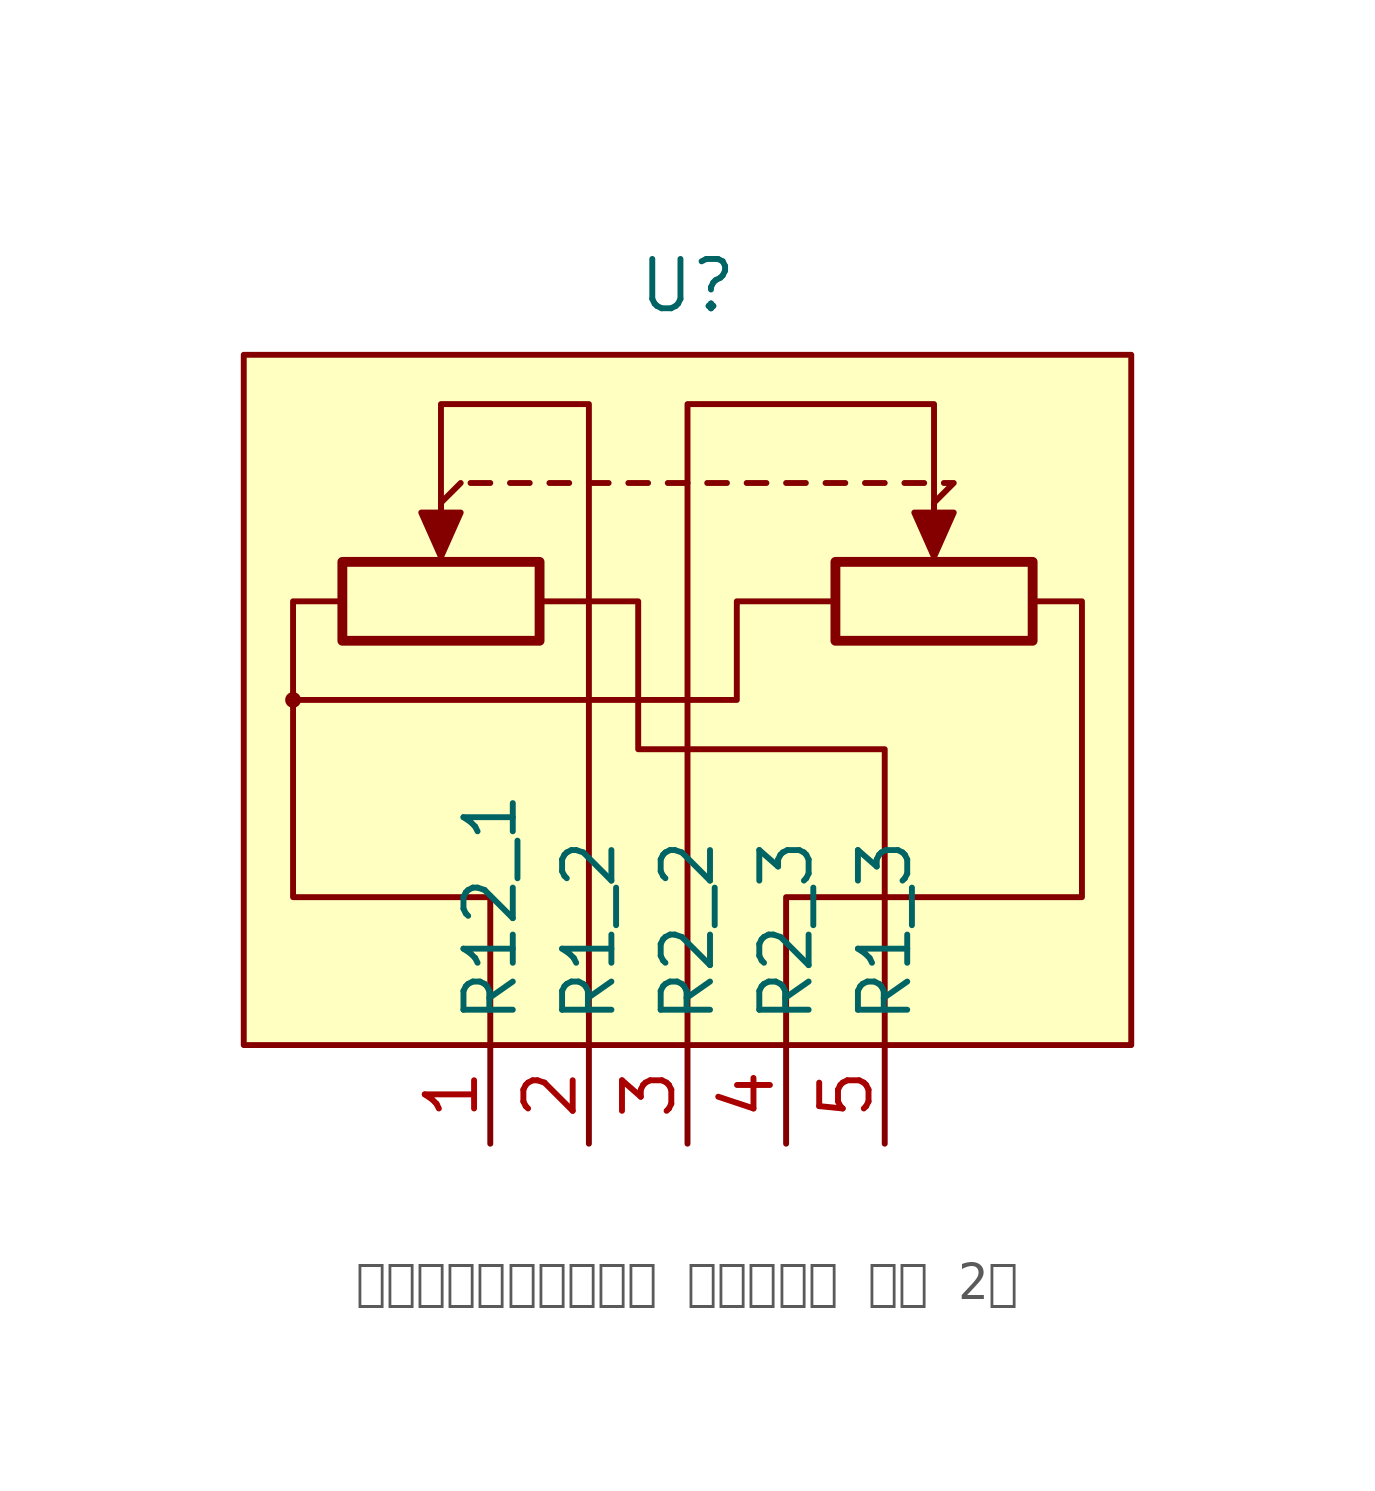
<source format=kicad_sym>
(kicad_symbol_lib
  (version 20241209)
  (generator "kicad_symbol_editor")
  (generator_version "9.0")
  (symbol "基板取付用ボリューム つまみ付き 薄型 2連"
    (property "Reference" "U"
      (at 0 10.668 0)
      (effects (font (size 1.27 1.27))))
    (property "Value" ""
      (at 0 0 0)
      (effects (font (size 1.27 1.27))))
    (symbol "基板取付用ボリューム つまみ付き 薄型 2連_0_1"
      (circle (center -10.16 0) (radius 0.127) (stroke (width 0) (type default)) (fill (type none)))
      (rectangle (start -8.89 3.556) (end -3.81 1.524) (stroke (width 0.254) (type default)) (fill (type none)))
      (polyline (pts (xy -6.35 5.08) (xy -6.35 4.064)) (stroke (width 0) (type default)) (fill (type none)))
      (polyline (pts (xy -6.35 5.08) (xy -6.35 4.064)) (stroke (width 0) (type default)) (fill (type none)))
      (polyline (pts (xy -6.35 5.08) (xy -5.842 5.588)) (stroke (width 0) (type default)) (fill (type none)))
      (polyline (pts (xy -6.35 3.683) (xy -6.858 4.826) (xy -5.842 4.826) (xy -6.35 3.683)) (stroke (width 0) (type default)) (fill (type outline)))
      (polyline (pts (xy -5.588 5.588) (xy -5.08 5.588)) (stroke (width 0) (type default)) (fill (type none)))
      (polyline (pts (xy -5.08 -5.08) (xy -10.16 -5.08) (xy -10.16 2.54) (xy -8.89 2.54)) (stroke (width 0) (type default)) (fill (type none)))
      (polyline (pts (xy -4.572 5.588) (xy -4.064 5.588)) (stroke (width 0) (type default)) (fill (type none)))
      (polyline (pts (xy -3.81 2.54) (xy -1.27 2.54) (xy -1.27 -1.27) (xy 5.08 -1.27) (xy 5.08 -8.89)) (stroke (width 0) (type default)) (fill (type none)))
      (polyline (pts (xy -3.556 5.588) (xy -3.048 5.588)) (stroke (width 0) (type default)) (fill (type none)))
      (polyline (pts (xy -2.54 5.588) (xy -2.032 5.588)) (stroke (width 0) (type default)) (fill (type none)))
      (polyline (pts (xy -2.54 -8.89) (xy -2.54 -2.54) (xy -2.54 -2.54) (xy -2.54 7.62) (xy -6.35 7.62) (xy -6.35 3.81)) (stroke (width 0) (type default)) (fill (type none)))
      (polyline (pts (xy -1.524 5.588) (xy -1.016 5.588)) (stroke (width 0) (type default)) (fill (type none)))
      (polyline (pts (xy -0.508 5.588) (xy 0 5.588)) (stroke (width 0) (type default)) (fill (type none)))
      (polyline (pts (xy 0 -8.89) (xy 0 7.62) (xy 6.35 7.62) (xy 6.35 3.81)) (stroke (width 0) (type default)) (fill (type none)))
      (polyline (pts (xy 0.508 5.588) (xy 1.016 5.588)) (stroke (width 0) (type default)) (fill (type none)))
      (polyline (pts (xy 1.524 5.588) (xy 2.032 5.588)) (stroke (width 0) (type default)) (fill (type none)))
      (polyline (pts (xy 2.54 5.588) (xy 3.048 5.588)) (stroke (width 0) (type default)) (fill (type none)))
      (polyline (pts (xy 3.556 5.588) (xy 4.064 5.588)) (stroke (width 0) (type default)) (fill (type none)))
      (rectangle (start 3.81 3.556) (end 8.89 1.524) (stroke (width 0.254) (type default)) (fill (type none)))
      (polyline (pts (xy 3.81 2.54) (xy 1.27 2.54) (xy 1.27 0) (xy -10.16 0)) (stroke (width 0) (type default)) (fill (type none)))
      (polyline (pts (xy 4.572 5.588) (xy 5.08 5.588)) (stroke (width 0) (type default)) (fill (type none)))
      (polyline (pts (xy 5.588 5.588) (xy 6.096 5.588)) (stroke (width 0) (type default)) (fill (type none)))
      (polyline (pts (xy 6.35 5.08) (xy 6.35 4.064)) (stroke (width 0) (type default)) (fill (type none)))
      (polyline (pts (xy 6.35 5.08) (xy 6.35 4.064)) (stroke (width 0) (type default)) (fill (type none)))
      (polyline (pts (xy 6.35 3.683) (xy 5.842 4.826) (xy 6.858 4.826) (xy 6.35 3.683)) (stroke (width 0) (type default)) (fill (type outline)))
      (polyline (pts (xy 6.604 5.588) (xy 6.858 5.588) (xy 6.35 5.08)) (stroke (width 0) (type default)) (fill (type none)))
      (polyline (pts (xy 8.89 2.54) (xy 10.16 2.54) (xy 10.16 -5.08) (xy 2.54 -5.08) (xy 2.54 -8.89)) (stroke (width 0) (type default)) (fill (type none))))
    (symbol "基板取付用ボリューム つまみ付き 薄型 2連_1_1"
      (rectangle (start -11.43 8.89) (end 11.43 -8.89) (stroke (width 0) (type solid)) (fill (type background)))
      (polyline (pts (xy -5.08 -5.08) (xy -5.08 -8.89)) (stroke (width 0) (type default)) (fill (type none)))
      (pin passive line (at -5.08 -11.43 90) (length 2.54) (name "R12_1" (effects (font (size 1.27 1.27)))) (number "1" (effects (font (size 1.27 1.27)))))
      (pin passive line (at -2.54 -11.43 90) (length 2.54) (name "R1_2" (effects (font (size 1.27 1.27)))) (number "2" (effects (font (size 1.27 1.27)))))
      (pin passive line (at 0 -11.43 90) (length 2.54) (name "R2_2" (effects (font (size 1.27 1.27)))) (number "3" (effects (font (size 1.27 1.27)))))
      (pin passive line (at 2.54 -11.43 90) (length 2.54) (name "R2_3" (effects (font (size 1.27 1.27)))) (number "4" (effects (font (size 1.27 1.27)))))
      (pin passive line (at 5.08 -11.43 90) (length 2.54) (name "R1_3" (effects (font (size 1.27 1.27)))) (number "5" (effects (font (size 1.27 1.27))))))))
</source>
